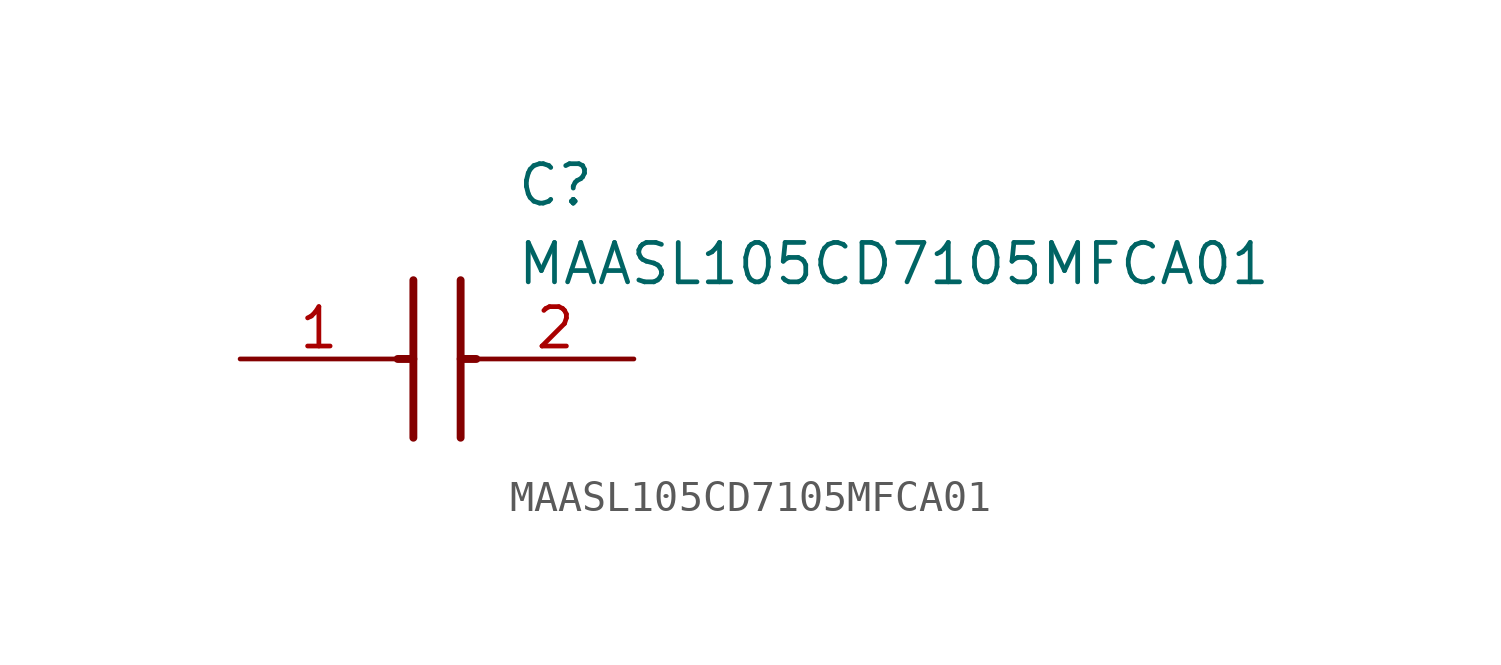
<source format=kicad_sym>
(kicad_symbol_lib
  (version 20211014)
  (generator SamacSys_ECAD_Model)
  (symbol "MAASL105CD7105MFCA01"
    (pin_names hide)
    (property "Reference" "C"
      (at 8.89 6.35 0)
      (effects (font (size 1.27 1.27)) (justify left top)))
    (property "Value" "MAASL105CD7105MFCA01"
      (at 8.89 3.81 0)
      (effects (font (size 1.27 1.27)) (justify left top)))
    (polyline
      (pts (xy 5.588 2.54) (xy 5.588 -2.54))
      (stroke (width 0.254) (type default))
      (fill (type none)))
    (polyline
      (pts (xy 7.112 2.54) (xy 7.112 -2.54))
      (stroke (width 0.254) (type default))
      (fill (type none)))
    (polyline
      (pts (xy 5.08 0) (xy 5.588 0))
      (stroke (width 0.254) (type default))
      (fill (type none)))
    (polyline
      (pts (xy 7.112 0) (xy 7.62 0))
      (stroke (width 0.254) (type default))
      (fill (type none)))
    (pin passive line
      (at 0 0 0)
      (length 5.08)
      (name "1" (effects (font (size 1.27 1.27))))
      (number "1" (effects (font (size 1.27 1.27)))))
    (pin passive line
      (at 12.7 0 180)
      (length 5.08)
      (name "2" (effects (font (size 1.27 1.27))))
      (number "2" (effects (font (size 1.27 1.27)))))))
</source>
